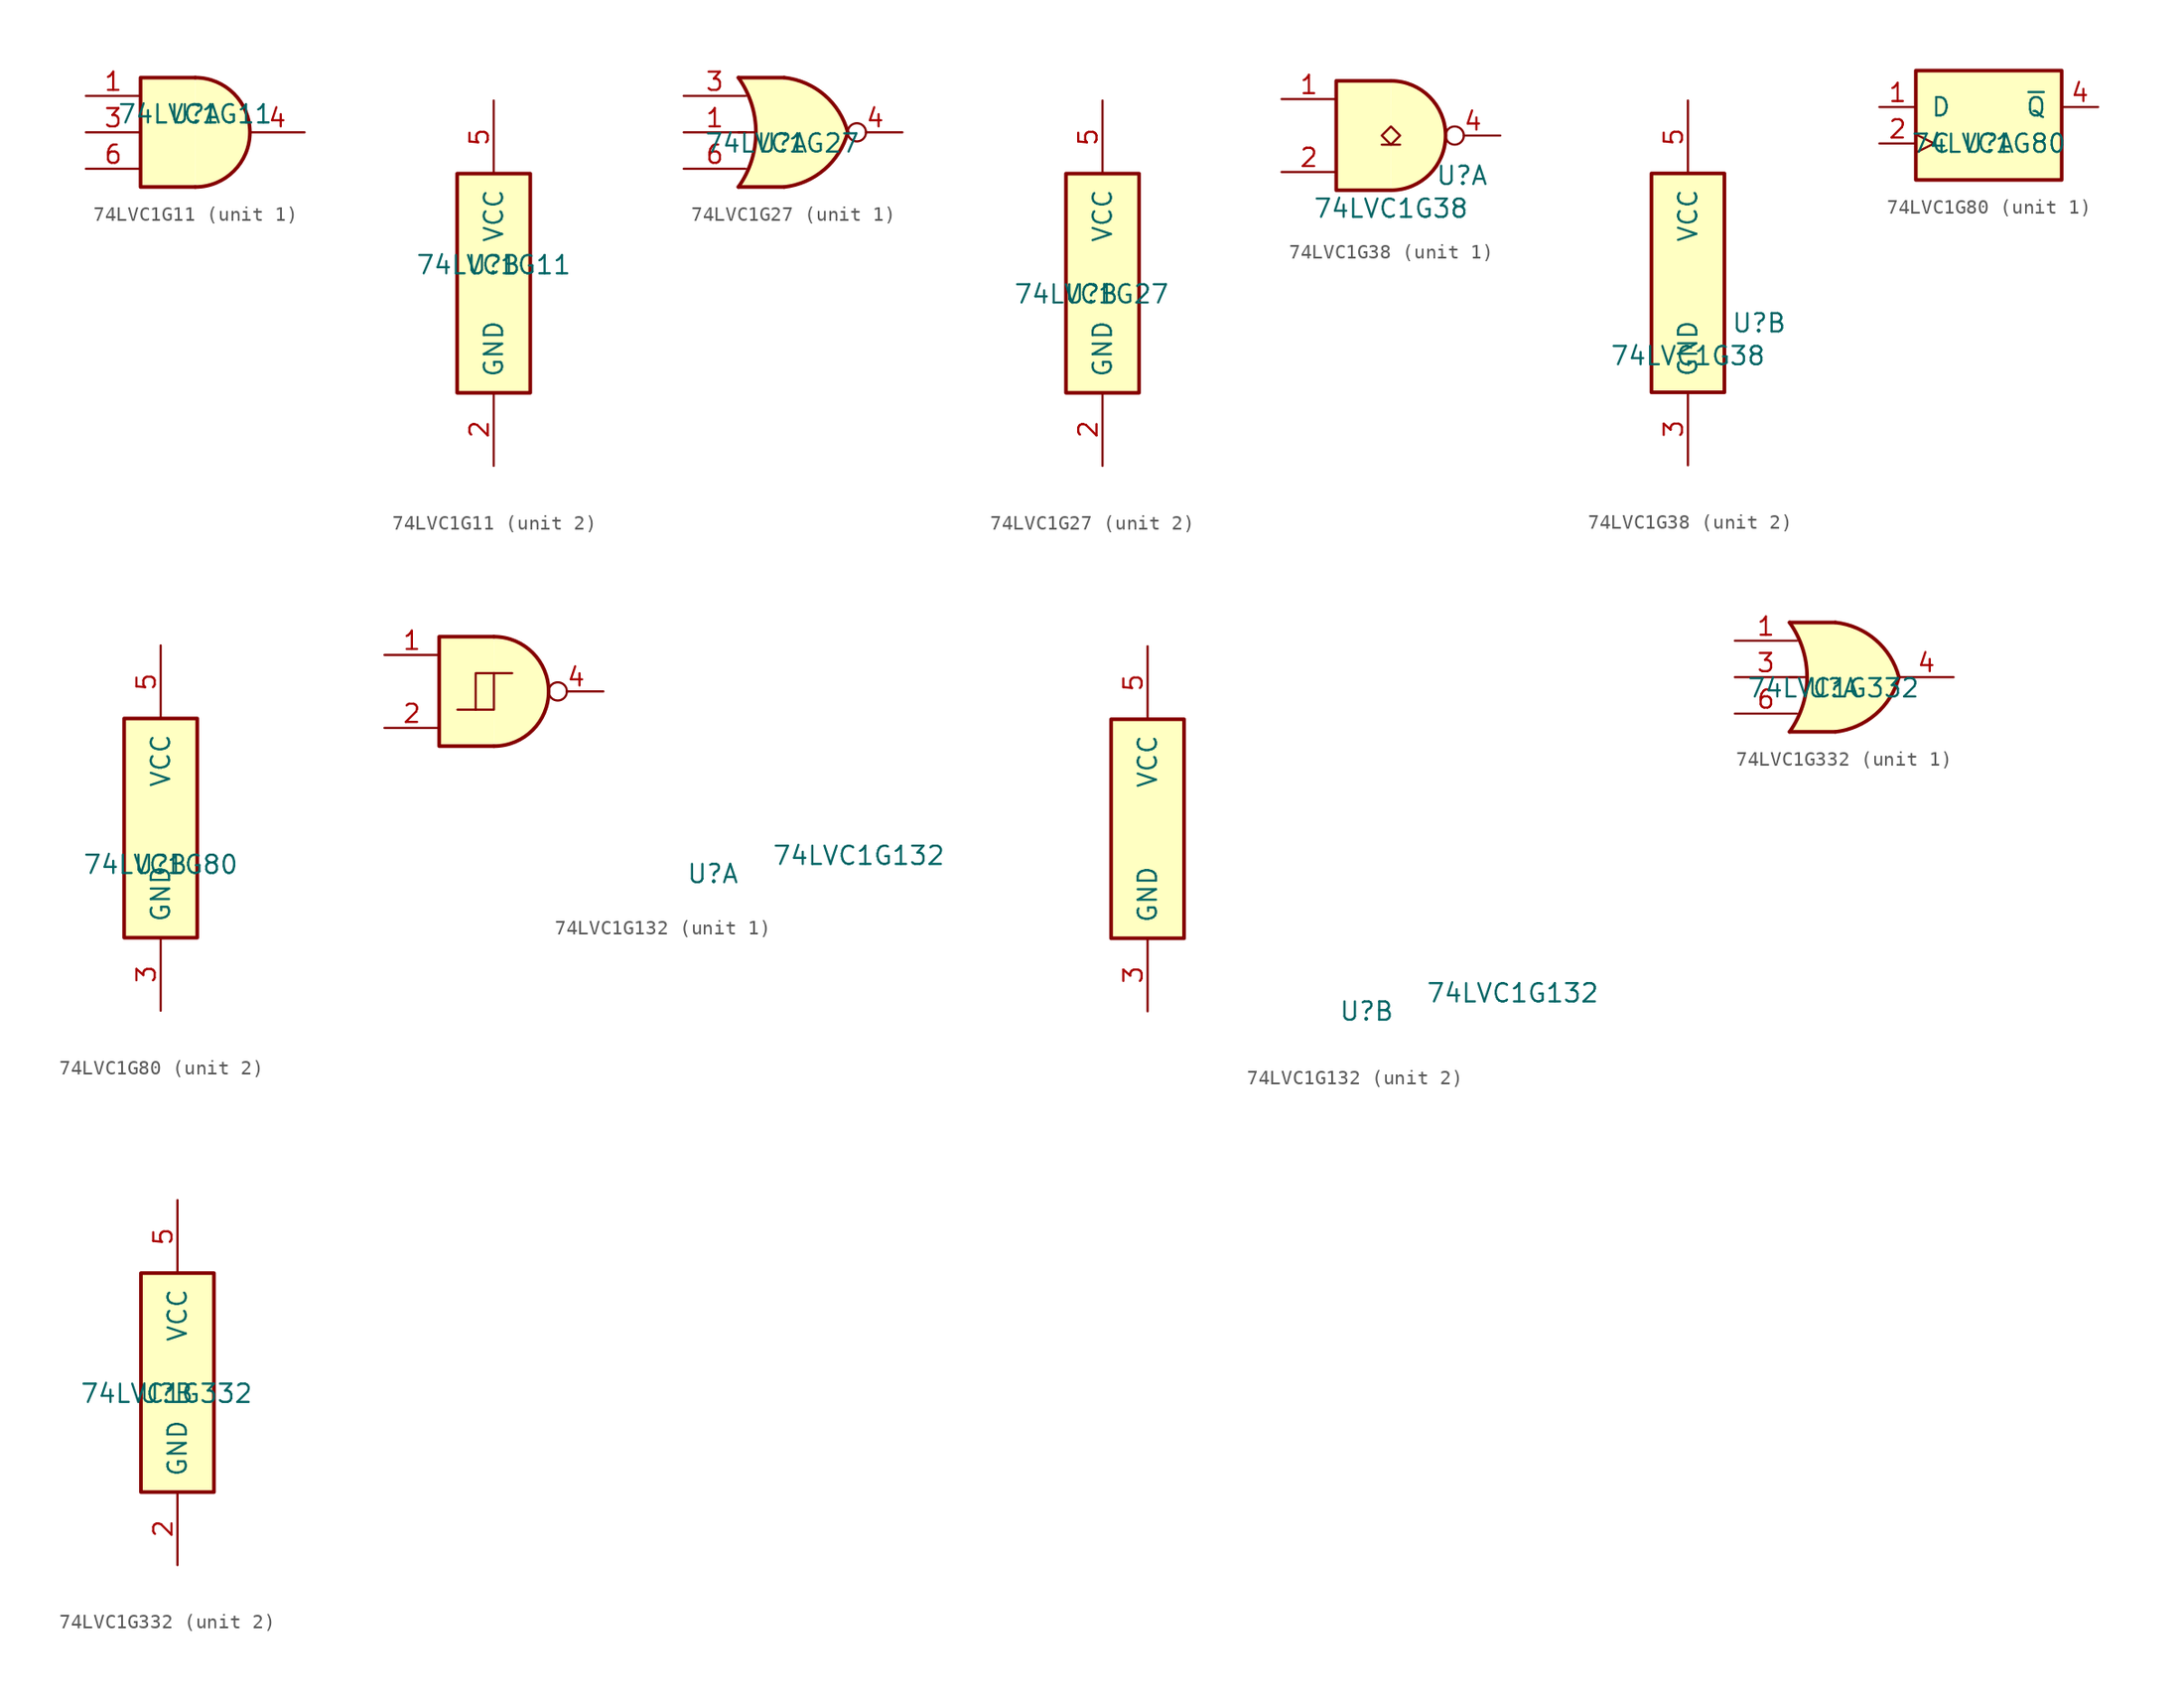
<source format=kicad_sym>
(kicad_symbol_lib
  (version 20211014)
  (generator kicad_symbol_editor)
  (symbol "74LVC1G11"
    (pin_names
      (offset 1.016))
    (property "Reference" "U"
      (at 0 1.27 0)
      (effects (font (size 1.27 1.27))))
    (property "Value" "74LVC1G11"
      (at 0 1.27 0)
      (effects (font (size 1.27 1.27))))
    (property "ki_locked" ""
      (at 0 0 0)
      (effects (font (size 1.27 1.27))))
    (symbol "74LVC1G11_1_1"
      (arc (start 0 -3.81) (mid 3.81 0) (end 0 3.81) (stroke (width 0.254) (type default) (color 0 0 0 0)) (fill (type background)))
      (polyline (pts (xy 0 3.81) (xy -3.81 3.81) (xy -3.81 -3.81) (xy 0 -3.81)) (stroke (width 0.254) (type default) (color 0 0 0 0)) (fill (type background)))
      (pin input line (at -7.62 2.54 0) (length 3.81) (name "~" (effects (font (size 1.27 1.27)))) (number "1" (effects (font (size 1.27 1.27)))))
      (pin input line (at -7.62 0 0) (length 3.81) (name "~" (effects (font (size 1.27 1.27)))) (number "3" (effects (font (size 1.27 1.27)))))
      (pin output line (at 7.62 0 180) (length 3.81) (name "~" (effects (font (size 1.27 1.27)))) (number "4" (effects (font (size 1.27 1.27)))))
      (pin input line (at -7.62 -2.54 0) (length 3.81) (name "~" (effects (font (size 1.27 1.27)))) (number "6" (effects (font (size 1.27 1.27))))))
    (symbol "74LVC1G11_2_0"
      (rectangle (start -2.54 7.62) (end 2.54 -7.62) (stroke (width 0.254) (type default) (color 0 0 0 0)) (fill (type background)))
      (pin power_in line (at 0 -12.7 90) (length 5.08) (name "GND" (effects (font (size 1.27 1.27)))) (number "2" (effects (font (size 1.27 1.27)))))
      (pin power_in line (at 0 12.7 270) (length 5.08) (name "VCC" (effects (font (size 1.27 1.27)))) (number "5" (effects (font (size 1.27 1.27)))))))
  (symbol "74LVC1G27"
    (pin_names
      (offset 1.016))
    (property "Reference" "U"
      (at -0.762 -0.762 0)
      (effects (font (size 1.27 1.27))))
    (property "Value" "74LVC1G27"
      (at -0.762 -0.762 0)
      (effects (font (size 1.27 1.27))))
    (property "ki_locked" ""
      (at 0 0 0)
      (effects (font (size 1.27 1.27))))
    (symbol "74LVC1G27_1_1"
      (arc (start -3.81 -3.81) (mid -2.589 0) (end -3.81 3.81) (stroke (width 0.254) (type default) (color 0 0 0 0)) (fill (type none)))
      (arc (start -0.6096 -3.81) (mid 2.1855 -2.584) (end 3.81 0) (stroke (width 0.254) (type default) (color 0 0 0 0)) (fill (type background)))
      (polyline (pts (xy -3.81 -3.81) (xy -0.635 -3.81)) (stroke (width 0.254) (type default) (color 0 0 0 0)) (fill (type background)))
      (polyline (pts (xy -3.81 0) (xy -2.54 0)) (stroke (width 0) (type default) (color 0 0 0 0)) (fill (type none)))
      (polyline (pts (xy -3.81 3.81) (xy -0.635 3.81)) (stroke (width 0.254) (type default) (color 0 0 0 0)) (fill (type background)))
      (polyline (pts (xy -0.635 3.81) (xy -3.81 3.81) (xy -3.81 3.81) (xy -3.556 3.404) (xy -3.023 2.261) (xy -2.692 1.041) (xy -2.616 -0.254) (xy -2.769 -1.499) (xy -3.175 -2.718) (xy -3.81 -3.81) (xy -3.81 -3.81) (xy -0.635 -3.81)) (stroke (width -25.4) (type default) (color 0 0 0 0)) (fill (type background)))
      (arc (start 3.81 0) (mid 2.1928 2.5925) (end -0.6096 3.81) (stroke (width 0.254) (type default) (color 0 0 0 0)) (fill (type background)))
      (pin input line (at -7.62 0 0) (length 4.318) (name "~" (effects (font (size 1.27 1.27)))) (number "1" (effects (font (size 1.27 1.27)))))
      (pin input line (at -7.62 2.54 0) (length 4.318) (name "~" (effects (font (size 1.27 1.27)))) (number "3" (effects (font (size 1.27 1.27)))))
      (pin output inverted (at 7.62 0 180) (length 3.81) (name "~" (effects (font (size 1.27 1.27)))) (number "4" (effects (font (size 1.27 1.27)))))
      (pin input line (at -7.62 -2.54 0) (length 4.318) (name "~" (effects (font (size 1.27 1.27)))) (number "6" (effects (font (size 1.27 1.27))))))
    (symbol "74LVC1G27_2_0"
      (pin power_in line (at 0 -12.7 90) (length 5.08) (name "GND" (effects (font (size 1.27 1.27)))) (number "2" (effects (font (size 1.27 1.27)))))
      (pin power_in line (at 0 12.7 270) (length 5.08) (name "VCC" (effects (font (size 1.27 1.27)))) (number "5" (effects (font (size 1.27 1.27))))))
    (symbol "74LVC1G27_2_1"
      (rectangle (start -2.54 7.62) (end 2.54 -7.62) (stroke (width 0.254) (type default) (color 0 0 0 0)) (fill (type background)))))
  (symbol "74LVC1G38"
    (pin_names
      (offset 1.016))
    (property "Reference" "U"
      (at 4.953 -2.794 0)
      (effects (font (size 1.27 1.27))))
    (property "Value" "74LVC1G38"
      (at 0 -5.08 0)
      (effects (font (size 1.27 1.27))))
    (property "ki_locked" ""
      (at 0 0 0)
      (effects (font (size 1.27 1.27))))
    (symbol "74LVC1G38_1_1"
      (arc (start 0 -3.81) (mid 3.81 0) (end 0 3.81) (stroke (width 0.254) (type default) (color 0 0 0 0)) (fill (type background)))
      (polyline (pts (xy -0.635 -0.635) (xy 0.635 -0.635)) (stroke (width 0) (type default) (color 0 0 0 0)) (fill (type none)))
      (polyline (pts (xy 0 3.81) (xy -3.81 3.81) (xy -3.81 -3.81) (xy 0 -3.81)) (stroke (width 0.254) (type default) (color 0 0 0 0)) (fill (type background)))
      (polyline (pts (xy 0 -0.635) (xy 0.635 0) (xy 0 0.635) (xy -0.635 0) (xy 0 -0.635)) (stroke (width 0) (type default) (color 0 0 0 0)) (fill (type none)))
      (pin input line (at -7.62 2.54 0) (length 3.81) (name "~" (effects (font (size 1.27 1.27)))) (number "1" (effects (font (size 1.27 1.27)))))
      (pin input line (at -7.62 -2.54 0) (length 3.81) (name "~" (effects (font (size 1.27 1.27)))) (number "2" (effects (font (size 1.27 1.27)))))
      (pin open_collector inverted (at 7.62 0 180) (length 3.81) (name "~" (effects (font (size 1.27 1.27)))) (number "4" (effects (font (size 1.27 1.27))))))
    (symbol "74LVC1G38_2_0"
      (rectangle (start -2.54 7.62) (end 2.54 -7.62) (stroke (width 0.254) (type default) (color 0 0 0 0)) (fill (type background)))
      (pin power_in line (at 0 -12.7 90) (length 5.08) (name "GND" (effects (font (size 1.27 1.27)))) (number "3" (effects (font (size 1.27 1.27)))))
      (pin power_in line (at 0 12.7 270) (length 5.08) (name "VCC" (effects (font (size 1.27 1.27)))) (number "5" (effects (font (size 1.27 1.27)))))))
  (symbol "74LVC1G80"
    (pin_names
      (offset 1.016))
    (property "Reference" "U"
      (at 0 -2.54 0)
      (effects (font (size 1.27 1.27))))
    (property "Value" "74LVC1G80"
      (at 0 -2.54 0)
      (effects (font (size 1.27 1.27))))
    (property "ki_locked" ""
      (at 0 0 0)
      (effects (font (size 1.27 1.27))))
    (symbol "74LVC1G80_1_0"
      (pin input line (at -7.62 0 0) (length 2.54) (name "D" (effects (font (size 1.27 1.27)))) (number "1" (effects (font (size 1.27 1.27)))))
      (pin input clock (at -7.62 -2.54 0) (length 2.54) (name "C" (effects (font (size 1.27 1.27)))) (number "2" (effects (font (size 1.27 1.27)))))
      (pin output line (at 7.62 0 180) (length 2.54) (name "~{Q}" (effects (font (size 1.27 1.27)))) (number "4" (effects (font (size 1.27 1.27))))))
    (symbol "74LVC1G80_1_1"
      (rectangle (start -5.08 2.54) (end 5.08 -5.08) (stroke (width 0.254) (type default) (color 0 0 0 0)) (fill (type background))))
    (symbol "74LVC1G80_2_0"
      (rectangle (start -2.54 7.62) (end 2.54 -7.62) (stroke (width 0.254) (type default) (color 0 0 0 0)) (fill (type background)))
      (pin power_in line (at 0 -12.7 90) (length 5.08) (name "GND" (effects (font (size 1.27 1.27)))) (number "3" (effects (font (size 1.27 1.27)))))
      (pin power_in line (at 0 12.7 270) (length 5.08) (name "VCC" (effects (font (size 1.27 1.27)))) (number "5" (effects (font (size 1.27 1.27)))))))
  (symbol "74LVC1G132"
    (pin_names
      (offset 1.016))
    (property "Reference" "U"
      (at 15.24 -12.7 0)
      (effects (font (size 1.27 1.27))))
    (property "Value" "74LVC1G132"
      (at 25.4 -11.43 0)
      (effects (font (size 1.27 1.27))))
    (property "ki_locked" ""
      (at 0 0 0)
      (effects (font (size 1.27 1.27))))
    (symbol "74LVC1G132_1_1"
      (arc (start 0 -3.81) (mid 3.81 0) (end 0 3.81) (stroke (width 0.254) (type default) (color 0 0 0 0)) (fill (type background)))
      (polyline (pts (xy -1.27 -1.27) (xy 0 -1.27) (xy 0 1.27)) (stroke (width 0) (type default) (color 0 0 0 0)) (fill (type none)))
      (polyline (pts (xy 0 3.81) (xy -3.81 3.81) (xy -3.81 -3.81) (xy 0 -3.81)) (stroke (width 0.254) (type default) (color 0 0 0 0)) (fill (type background)))
      (polyline (pts (xy 1.27 1.27) (xy -1.27 1.27) (xy -1.27 -1.27) (xy -2.54 -1.27)) (stroke (width 0) (type default) (color 0 0 0 0)) (fill (type none)))
      (pin input line (at -7.62 2.54 0) (length 3.81) (name "~" (effects (font (size 1.27 1.27)))) (number "1" (effects (font (size 1.27 1.27)))))
      (pin input line (at -7.62 -2.54 0) (length 3.81) (name "~" (effects (font (size 1.27 1.27)))) (number "2" (effects (font (size 1.27 1.27)))))
      (pin output inverted (at 7.62 0 180) (length 3.81) (name "~" (effects (font (size 1.27 1.27)))) (number "4" (effects (font (size 1.27 1.27))))))
    (symbol "74LVC1G132_2_1"
      (rectangle (start -2.54 7.62) (end 2.54 -7.62) (stroke (width 0.254) (type default) (color 0 0 0 0)) (fill (type background)))
      (pin power_in line (at 0 -12.7 90) (length 5.08) (name "GND" (effects (font (size 1.27 1.27)))) (number "3" (effects (font (size 1.27 1.27)))))
      (pin power_in line (at 0 12.7 270) (length 5.08) (name "VCC" (effects (font (size 1.27 1.27)))) (number "5" (effects (font (size 1.27 1.27)))))))
  (symbol "74LVC1G332"
    (pin_names
      (offset 1.016))
    (property "Reference" "U"
      (at -0.762 -0.762 0)
      (effects (font (size 1.27 1.27))))
    (property "Value" "74LVC1G332"
      (at -0.762 -0.762 0)
      (effects (font (size 1.27 1.27))))
    (property "ki_locked" ""
      (at 0 0 0)
      (effects (font (size 1.27 1.27))))
    (symbol "74LVC1G332_1_1"
      (arc (start -3.81 -3.81) (mid -2.589 0) (end -3.81 3.81) (stroke (width 0.254) (type default) (color 0 0 0 0)) (fill (type none)))
      (arc (start -0.6096 -3.81) (mid 2.1855 -2.584) (end 3.81 0) (stroke (width 0.254) (type default) (color 0 0 0 0)) (fill (type background)))
      (polyline (pts (xy -3.81 -3.81) (xy -0.635 -3.81)) (stroke (width 0.254) (type default) (color 0 0 0 0)) (fill (type background)))
      (polyline (pts (xy -3.81 0) (xy -2.54 0)) (stroke (width 0) (type default) (color 0 0 0 0)) (fill (type none)))
      (polyline (pts (xy -3.81 3.81) (xy -0.635 3.81)) (stroke (width 0.254) (type default) (color 0 0 0 0)) (fill (type background)))
      (polyline (pts (xy -0.635 3.81) (xy -3.81 3.81) (xy -3.81 3.81) (xy -3.556 3.404) (xy -3.023 2.261) (xy -2.692 1.041) (xy -2.616 -0.254) (xy -2.769 -1.499) (xy -3.175 -2.718) (xy -3.81 -3.81) (xy -3.81 -3.81) (xy -0.635 -3.81)) (stroke (width -25.4) (type default) (color 0 0 0 0)) (fill (type background)))
      (arc (start 3.81 0) (mid 2.1928 2.5925) (end -0.6096 3.81) (stroke (width 0.254) (type default) (color 0 0 0 0)) (fill (type background)))
      (pin input line (at -7.62 2.54 0) (length 4.318) (name "~" (effects (font (size 1.27 1.27)))) (number "1" (effects (font (size 1.27 1.27)))))
      (pin input line (at -7.62 0 0) (length 4.318) (name "~" (effects (font (size 1.27 1.27)))) (number "3" (effects (font (size 1.27 1.27)))))
      (pin output line (at 7.62 0 180) (length 3.81) (name "~" (effects (font (size 1.27 1.27)))) (number "4" (effects (font (size 1.27 1.27)))))
      (pin input line (at -7.62 -2.54 0) (length 4.318) (name "~" (effects (font (size 1.27 1.27)))) (number "6" (effects (font (size 1.27 1.27))))))
    (symbol "74LVC1G332_2_0"
      (pin power_in line (at 0 -12.7 90) (length 5.08) (name "GND" (effects (font (size 1.27 1.27)))) (number "2" (effects (font (size 1.27 1.27)))))
      (pin power_in line (at 0 12.7 270) (length 5.08) (name "VCC" (effects (font (size 1.27 1.27)))) (number "5" (effects (font (size 1.27 1.27))))))
    (symbol "74LVC1G332_2_1"
      (rectangle (start -2.54 7.62) (end 2.54 -7.62) (stroke (width 0.254) (type default) (color 0 0 0 0)) (fill (type background))))))
</source>
